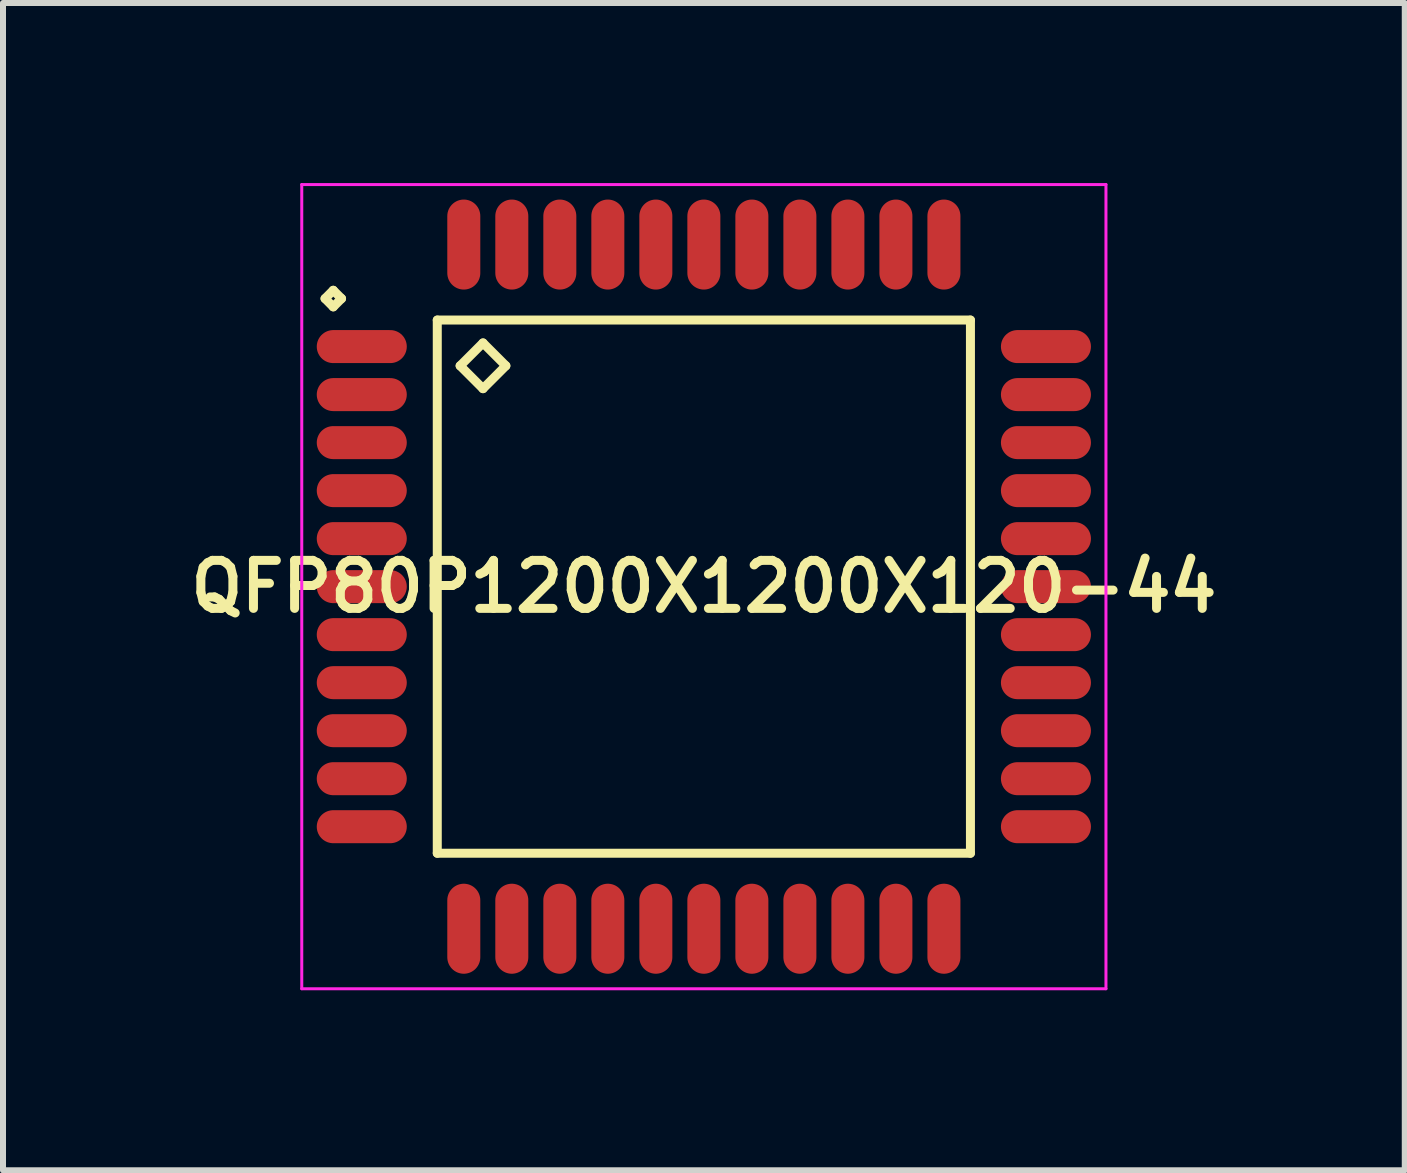
<source format=kicad_pcb>
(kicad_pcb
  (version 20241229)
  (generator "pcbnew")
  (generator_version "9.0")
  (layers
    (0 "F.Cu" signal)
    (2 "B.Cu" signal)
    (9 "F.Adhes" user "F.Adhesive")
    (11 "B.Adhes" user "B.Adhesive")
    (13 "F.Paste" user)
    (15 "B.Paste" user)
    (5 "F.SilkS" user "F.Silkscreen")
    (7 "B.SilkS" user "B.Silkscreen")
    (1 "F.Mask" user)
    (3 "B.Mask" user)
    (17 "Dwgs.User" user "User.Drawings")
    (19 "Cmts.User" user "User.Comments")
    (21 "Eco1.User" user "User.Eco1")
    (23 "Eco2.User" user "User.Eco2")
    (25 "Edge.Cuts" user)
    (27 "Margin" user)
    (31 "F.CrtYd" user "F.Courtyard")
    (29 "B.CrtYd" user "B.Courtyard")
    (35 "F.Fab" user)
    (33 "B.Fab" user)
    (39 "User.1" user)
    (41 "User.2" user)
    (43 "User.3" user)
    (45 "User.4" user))
  (footprint "QFP80P1200X1200X120-44"
    (layer "F.Cu")
    (at 8.678 6.725)
    (property "Reference" "QFP80P1200X1200X120-44" (at 0 0 0) (layer "F.SilkS") (effects (font (size 0.8 0.8) (thickness 0.15))))
    (attr smd)
    (fp_line (start -6.312 -4.8) (end -6.175 -4.938) (stroke (width 0.15) (type solid)) (layer "F.SilkS"))
    (fp_line (start -6.175 -4.938) (end -6.037 -4.8) (stroke (width 0.15) (type solid)) (layer "F.SilkS"))
    (fp_line (start -6.175 -4.662) (end -6.312 -4.8) (stroke (width 0.15) (type solid)) (layer "F.SilkS"))
    (fp_line (start -6.037 -4.8) (end -6.175 -4.662) (stroke (width 0.15) (type solid)) (layer "F.SilkS"))
    (fp_line (start -4.442 -4.442) (end -4.442 4.442) (stroke (width 0.15) (type solid)) (layer "F.SilkS"))
    (fp_line (start -4.442 4.442) (end 4.442 4.442) (stroke (width 0.15) (type solid)) (layer "F.SilkS"))
    (fp_line (start -4.061 -3.68) (end -3.68 -4.061) (stroke (width 0.15) (type solid)) (layer "F.SilkS"))
    (fp_line (start -3.68 -4.061) (end -3.299 -3.68) (stroke (width 0.15) (type solid)) (layer "F.SilkS"))
    (fp_line (start -3.68 -3.299) (end -4.061 -3.68) (stroke (width 0.15) (type solid)) (layer "F.SilkS"))
    (fp_line (start -3.299 -3.68) (end -3.68 -3.299) (stroke (width 0.15) (type solid)) (layer "F.SilkS"))
    (fp_line (start 4.442 -4.442) (end -4.442 -4.442) (stroke (width 0.15) (type solid)) (layer "F.SilkS"))
    (fp_line (start 4.442 4.442) (end 4.442 -4.442) (stroke (width 0.15) (type solid)) (layer "F.SilkS"))
    (fp_line (start -6.7 -6.7) (end 6.7 -6.7) (stroke (width 0.05) (type solid)) (layer "F.CrtYd"))
    (fp_line (start -6.7 6.7) (end -6.7 -6.7) (stroke (width 0.05) (type solid)) (layer "F.CrtYd"))
    (fp_line (start 6.7 -6.7) (end 6.7 6.7) (stroke (width 0.05) (type solid)) (layer "F.CrtYd"))
    (fp_line (start 6.7 6.7) (end -6.7 6.7) (stroke (width 0.05) (type solid)) (layer "F.CrtYd"))
    (pad "1" smd oval (at -5.7 -4) (size 1.5 0.55) (layers "F.Cu" "F.Mask" "F.Paste"))
    (pad "2" smd oval (at -5.7 -3.2) (size 1.5 0.55) (layers "F.Cu" "F.Mask" "F.Paste"))
    (pad "3" smd oval (at -5.7 -2.4) (size 1.5 0.55) (layers "F.Cu" "F.Mask" "F.Paste"))
    (pad "4" smd oval (at -5.7 -1.6) (size 1.5 0.55) (layers "F.Cu" "F.Mask" "F.Paste"))
    (pad "5" smd oval (at -5.7 -0.8) (size 1.5 0.55) (layers "F.Cu" "F.Mask" "F.Paste"))
    (pad "6" smd oval (at -5.7 0) (size 1.5 0.55) (layers "F.Cu" "F.Mask" "F.Paste"))
    (pad "7" smd oval (at -5.7 0.8) (size 1.5 0.55) (layers "F.Cu" "F.Mask" "F.Paste"))
    (pad "8" smd oval (at -5.7 1.6) (size 1.5 0.55) (layers "F.Cu" "F.Mask" "F.Paste"))
    (pad "9" smd oval (at -5.7 2.4) (size 1.5 0.55) (layers "F.Cu" "F.Mask" "F.Paste"))
    (pad "10" smd oval (at -5.7 3.2) (size 1.5 0.55) (layers "F.Cu" "F.Mask" "F.Paste"))
    (pad "11" smd oval (at -5.7 4) (size 1.5 0.55) (layers "F.Cu" "F.Mask" "F.Paste"))
    (pad "12" smd oval (at -4 5.7) (size 0.55 1.5) (layers "F.Cu" "F.Mask" "F.Paste"))
    (pad "13" smd oval (at -3.2 5.7) (size 0.55 1.5) (layers "F.Cu" "F.Mask" "F.Paste"))
    (pad "14" smd oval (at -2.4 5.7) (size 0.55 1.5) (layers "F.Cu" "F.Mask" "F.Paste"))
    (pad "15" smd oval (at -1.6 5.7) (size 0.55 1.5) (layers "F.Cu" "F.Mask" "F.Paste"))
    (pad "16" smd oval (at -0.8 5.7) (size 0.55 1.5) (layers "F.Cu" "F.Mask" "F.Paste"))
    (pad "17" smd oval (at 0 5.7) (size 0.55 1.5) (layers "F.Cu" "F.Mask" "F.Paste"))
    (pad "18" smd oval (at 0.8 5.7) (size 0.55 1.5) (layers "F.Cu" "F.Mask" "F.Paste"))
    (pad "19" smd oval (at 1.6 5.7) (size 0.55 1.5) (layers "F.Cu" "F.Mask" "F.Paste"))
    (pad "20" smd oval (at 2.4 5.7) (size 0.55 1.5) (layers "F.Cu" "F.Mask" "F.Paste"))
    (pad "21" smd oval (at 3.2 5.7) (size 0.55 1.5) (layers "F.Cu" "F.Mask" "F.Paste"))
    (pad "22" smd oval (at 4 5.7) (size 0.55 1.5) (layers "F.Cu" "F.Mask" "F.Paste"))
    (pad "23" smd oval (at 5.7 4) (size 1.5 0.55) (layers "F.Cu" "F.Mask" "F.Paste"))
    (pad "24" smd oval (at 5.7 3.2) (size 1.5 0.55) (layers "F.Cu" "F.Mask" "F.Paste"))
    (pad "25" smd oval (at 5.7 2.4) (size 1.5 0.55) (layers "F.Cu" "F.Mask" "F.Paste"))
    (pad "26" smd oval (at 5.7 1.6) (size 1.5 0.55) (layers "F.Cu" "F.Mask" "F.Paste"))
    (pad "27" smd oval (at 5.7 0.8) (size 1.5 0.55) (layers "F.Cu" "F.Mask" "F.Paste"))
    (pad "28" smd oval (at 5.7 0) (size 1.5 0.55) (layers "F.Cu" "F.Mask" "F.Paste"))
    (pad "29" smd oval (at 5.7 -0.8) (size 1.5 0.55) (layers "F.Cu" "F.Mask" "F.Paste"))
    (pad "30" smd oval (at 5.7 -1.6) (size 1.5 0.55) (layers "F.Cu" "F.Mask" "F.Paste"))
    (pad "31" smd oval (at 5.7 -2.4) (size 1.5 0.55) (layers "F.Cu" "F.Mask" "F.Paste"))
    (pad "32" smd oval (at 5.7 -3.2) (size 1.5 0.55) (layers "F.Cu" "F.Mask" "F.Paste"))
    (pad "33" smd oval (at 5.7 -4) (size 1.5 0.55) (layers "F.Cu" "F.Mask" "F.Paste"))
    (pad "34" smd oval (at 4 -5.7) (size 0.55 1.5) (layers "F.Cu" "F.Mask" "F.Paste"))
    (pad "35" smd oval (at 3.2 -5.7) (size 0.55 1.5) (layers "F.Cu" "F.Mask" "F.Paste"))
    (pad "36" smd oval (at 2.4 -5.7) (size 0.55 1.5) (layers "F.Cu" "F.Mask" "F.Paste"))
    (pad "37" smd oval (at 1.6 -5.7) (size 0.55 1.5) (layers "F.Cu" "F.Mask" "F.Paste"))
    (pad "38" smd oval (at 0.8 -5.7) (size 0.55 1.5) (layers "F.Cu" "F.Mask" "F.Paste"))
    (pad "39" smd oval (at 0 -5.7) (size 0.55 1.5) (layers "F.Cu" "F.Mask" "F.Paste"))
    (pad "40" smd oval (at -0.8 -5.7) (size 0.55 1.5) (layers "F.Cu" "F.Mask" "F.Paste"))
    (pad "41" smd oval (at -1.6 -5.7) (size 0.55 1.5) (layers "F.Cu" "F.Mask" "F.Paste"))
    (pad "42" smd oval (at -2.4 -5.7) (size 0.55 1.5) (layers "F.Cu" "F.Mask" "F.Paste"))
    (pad "43" smd oval (at -3.2 -5.7) (size 0.55 1.5) (layers "F.Cu" "F.Mask" "F.Paste"))
    (pad "44" smd oval (at -4 -5.7) (size 0.55 1.5) (layers "F.Cu" "F.Mask" "F.Paste")))
  (gr_rect
    (start -3 -3)
    (end 20.357 16.45)
    (stroke (width 0.1) (type default))
    (fill no)
    (layer "Edge.Cuts")))
</source>
